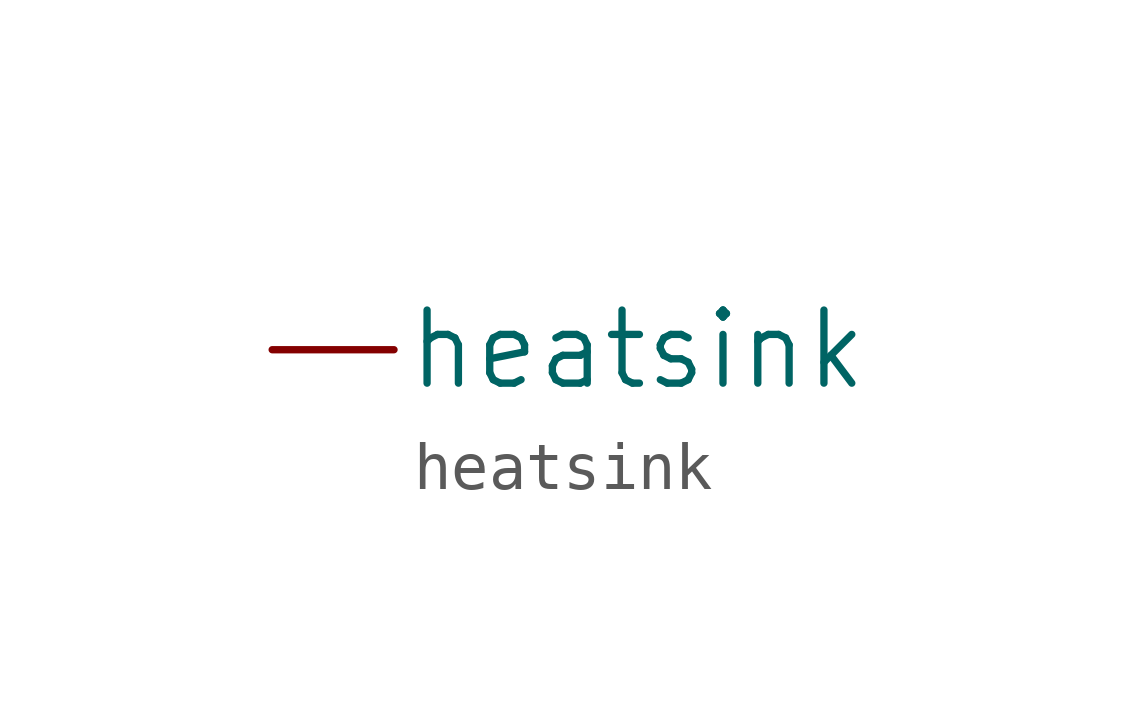
<source format=kicad_sym>
(kicad_symbol_lib
  (version 20211014)
  (generator kicad_symbol_editor)
  (symbol "heatsink"
    (pin_numbers hide)
    (pin_names
      (offset -1.651) hide)
    (property "Reference" "~"
      (at 5.08 -4.445 0)
      (effects (font (size 1.524 1.524)) hide))
    (property "Value" "heatsink"
      (at 5.08 -2.54 0)
      (effects (font (size 1.524 1.524))))
    (property "Datasheet" ""
      (at 0 0 0)
      (effects (font (size 1.524 1.524))))
    (property "ki_locked" ""
      (at 0 0 0)
      (effects (font (size 1.27 1.27))))
    (symbol "heatsink_1_1"
      (pin unspecified line (at -2.54 -2.54 0) (length 2.54) (name "" (effects (font (size 1.27 1.27)))) (number "" (effects (font (size 1.27 1.27))))))))
</source>
